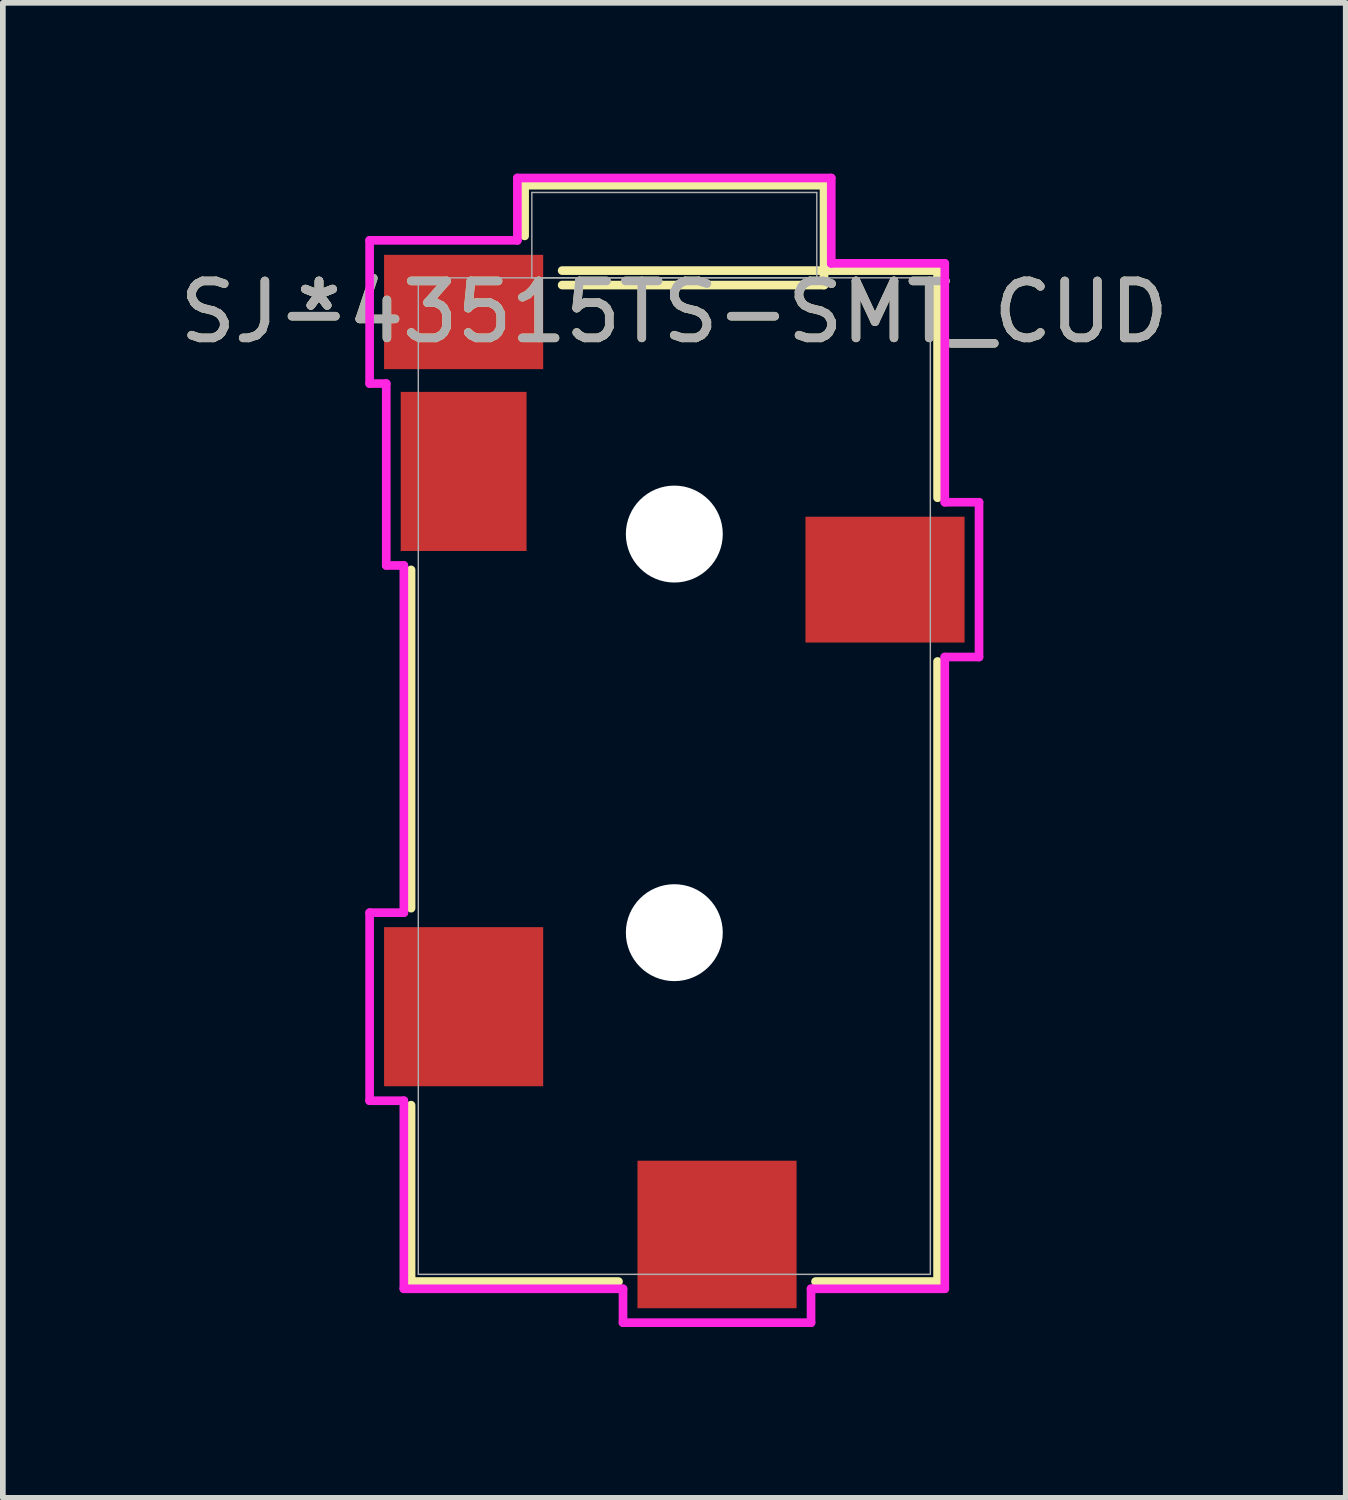
<source format=kicad_pcb>
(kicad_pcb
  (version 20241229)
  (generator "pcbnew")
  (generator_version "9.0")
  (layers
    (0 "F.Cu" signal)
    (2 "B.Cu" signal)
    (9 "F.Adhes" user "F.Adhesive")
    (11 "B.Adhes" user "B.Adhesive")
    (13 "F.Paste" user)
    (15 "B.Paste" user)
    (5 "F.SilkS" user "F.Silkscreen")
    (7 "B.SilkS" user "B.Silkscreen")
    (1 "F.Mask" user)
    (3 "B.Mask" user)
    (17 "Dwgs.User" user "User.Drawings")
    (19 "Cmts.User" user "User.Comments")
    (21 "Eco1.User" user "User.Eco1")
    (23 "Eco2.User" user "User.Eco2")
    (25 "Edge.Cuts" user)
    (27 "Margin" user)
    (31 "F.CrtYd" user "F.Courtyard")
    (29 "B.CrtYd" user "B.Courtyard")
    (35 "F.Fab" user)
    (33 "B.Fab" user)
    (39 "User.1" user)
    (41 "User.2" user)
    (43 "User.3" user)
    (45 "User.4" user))
  (footprint "SJ-43515TS-SMT_CUD"
    (layer "F.Cu")
    (at 8.792 10.579)
    (property "Reference" "SJ-43515TS-SMT_CUD" (at 0 -8.15 0) (unlocked yes) (layer "F.SilkS") (effects (font (size 1 1) (thickness 0.15))))
    (attr smd)
    (fp_line (start -4.623 -3.621) (end -4.623 2.32) (stroke (width 0.152) (type solid)) (layer "F.SilkS"))
    (fp_line (start -4.623 5.779) (end -4.623 8.877) (stroke (width 0.152) (type solid)) (layer "F.SilkS"))
    (fp_line (start -4.623 8.877) (end -0.98 8.877) (stroke (width 0.152) (type solid)) (layer "F.SilkS"))
    (fp_line (start -2.629 -10.376) (end -2.629 -9.486) (stroke (width 0.152) (type solid)) (layer "F.SilkS"))
    (fp_line (start -1.97 -8.623) (end 2.629 -8.623) (stroke (width 0.152) (type solid)) (layer "F.SilkS"))
    (fp_line (start 2.48 8.877) (end 4.623 8.877) (stroke (width 0.152) (type solid)) (layer "F.SilkS"))
    (fp_line (start 2.629 -10.376) (end -2.629 -10.376) (stroke (width 0.152) (type solid)) (layer "F.SilkS"))
    (fp_line (start 2.629 -8.623) (end 2.629 -10.376) (stroke (width 0.152) (type solid)) (layer "F.SilkS"))
    (fp_line (start 4.623 -8.877) (end -1.97 -8.877) (stroke (width 0.152) (type solid)) (layer "F.SilkS"))
    (fp_line (start 4.623 -4.888) (end 4.623 -8.877) (stroke (width 0.152) (type solid)) (layer "F.SilkS"))
    (fp_line (start 4.623 8.877) (end 4.623 -2.013) (stroke (width 0.152) (type solid)) (layer "F.SilkS"))
    (fp_line (start -5.351 -9.408) (end -5.351 -6.893) (stroke (width 0.152) (type solid)) (layer "F.CrtYd"))
    (fp_line (start -5.351 -6.893) (end -5.059 -6.893) (stroke (width 0.152) (type solid)) (layer "F.CrtYd"))
    (fp_line (start -5.351 2.399) (end -5.351 5.701) (stroke (width 0.152) (type solid)) (layer "F.CrtYd"))
    (fp_line (start -5.351 5.701) (end -4.75 5.701) (stroke (width 0.152) (type solid)) (layer "F.CrtYd"))
    (fp_line (start -5.059 -6.893) (end -5.059 -3.699) (stroke (width 0.152) (type solid)) (layer "F.CrtYd"))
    (fp_line (start -5.059 -3.699) (end -4.75 -3.699) (stroke (width 0.152) (type solid)) (layer "F.CrtYd"))
    (fp_line (start -4.75 -3.699) (end -4.75 2.399) (stroke (width 0.152) (type solid)) (layer "F.CrtYd"))
    (fp_line (start -4.75 2.399) (end -5.351 2.399) (stroke (width 0.152) (type solid)) (layer "F.CrtYd"))
    (fp_line (start -4.75 5.701) (end -4.75 9.004) (stroke (width 0.152) (type solid)) (layer "F.CrtYd"))
    (fp_line (start -4.75 9.004) (end -0.901 9.004) (stroke (width 0.152) (type solid)) (layer "F.CrtYd"))
    (fp_line (start -2.756 -10.503) (end -2.756 -9.408) (stroke (width 0.152) (type solid)) (layer "F.CrtYd"))
    (fp_line (start -2.756 -9.408) (end -5.351 -9.408) (stroke (width 0.152) (type solid)) (layer "F.CrtYd"))
    (fp_line (start -0.901 9.004) (end -0.901 9.599) (stroke (width 0.152) (type solid)) (layer "F.CrtYd"))
    (fp_line (start -0.901 9.599) (end 2.401 9.599) (stroke (width 0.152) (type solid)) (layer "F.CrtYd"))
    (fp_line (start 2.401 9.004) (end 4.75 9.004) (stroke (width 0.152) (type solid)) (layer "F.CrtYd"))
    (fp_line (start 2.401 9.599) (end 2.401 9.004) (stroke (width 0.152) (type solid)) (layer "F.CrtYd"))
    (fp_line (start 2.756 -10.503) (end -2.756 -10.503) (stroke (width 0.152) (type solid)) (layer "F.CrtYd"))
    (fp_line (start 2.756 -9.004) (end 2.756 -10.503) (stroke (width 0.152) (type solid)) (layer "F.CrtYd"))
    (fp_line (start 4.75 -9.004) (end 2.756 -9.004) (stroke (width 0.152) (type solid)) (layer "F.CrtYd"))
    (fp_line (start 4.75 -4.809) (end 4.75 -9.004) (stroke (width 0.152) (type solid)) (layer "F.CrtYd"))
    (fp_line (start 4.75 -2.091) (end 5.351 -2.091) (stroke (width 0.152) (type solid)) (layer "F.CrtYd"))
    (fp_line (start 4.75 9.004) (end 4.75 -2.091) (stroke (width 0.152) (type solid)) (layer "F.CrtYd"))
    (fp_line (start 5.351 -4.809) (end 4.75 -4.809) (stroke (width 0.152) (type solid)) (layer "F.CrtYd"))
    (fp_line (start 5.351 -2.091) (end 5.351 -4.809) (stroke (width 0.152) (type solid)) (layer "F.CrtYd"))
    (fp_line (start -4.496 -8.75) (end -4.496 8.75) (stroke (width 0.025) (type solid)) (layer "F.Fab"))
    (fp_line (start -4.496 8.75) (end 4.496 8.75) (stroke (width 0.025) (type solid)) (layer "F.Fab"))
    (fp_line (start -2.502 -10.249) (end -2.502 -8.75) (stroke (width 0.025) (type solid)) (layer "F.Fab"))
    (fp_line (start -2.502 -8.75) (end 2.502 -8.75) (stroke (width 0.025) (type solid)) (layer "F.Fab"))
    (fp_line (start 2.502 -10.249) (end -2.502 -10.249) (stroke (width 0.025) (type solid)) (layer "F.Fab"))
    (fp_line (start 2.502 -8.75) (end 2.502 -10.249) (stroke (width 0.025) (type solid)) (layer "F.Fab"))
    (fp_line (start 4.496 -8.75) (end -4.496 -8.75) (stroke (width 0.025) (type solid)) (layer "F.Fab"))
    (fp_line (start 4.496 8.75) (end 4.496 -8.75) (stroke (width 0.025) (type solid)) (layer "F.Fab"))
    (fp_text user "*" (at -6.24 -8.15 0) (unlocked yes) (layer "F.SilkS") (effects (font (size 1 1) (thickness 0.15))))
    (fp_text user "*" (at -6.24 -8.15 0) (layer "F.SilkS") (effects (font (size 1 1) (thickness 0.15))))
    (fp_text user "*" (at -6.24 -8.15 0) (layer "F.Fab") (effects (font (size 1 1) (thickness 0.15))))
    (fp_text user "*" (at -6.24 -8.15 0) (unlocked yes) (layer "F.Fab") (effects (font (size 1 1) (thickness 0.15))))
    (fp_text user "${REFERENCE}" (at 0 -8.15 0) (unlocked yes) (layer "F.Fab") (effects (font (size 1 1) (thickness 0.15))))
    (pad "" np_thru_hole circle (at 0 -4.25) (size 1.702 1.702) (drill 1.702) (layers "*.Cu" "*.Mask"))
    (pad "" np_thru_hole circle (at 0 2.75) (size 1.702 1.702) (drill 1.702) (layers "*.Cu" "*.Mask"))
    (pad "1" smd rect (at -3.7 -8.15) (size 2.794 2.007) (layers "F.Cu" "F.Mask" "F.Paste"))
    (pad "2" smd rect (at -3.7 4.05) (size 2.794 2.794) (layers "F.Cu" "F.Mask"))
    (pad "3" smd rect (at 3.7 -3.45) (size 2.794 2.21) (layers "F.Cu" "F.Mask" "F.Paste"))
    (pad "4" smd rect (at -3.7 -5.35) (size 2.21 2.794) (layers "F.Cu" "F.Mask" "F.Paste"))
    (pad "5" smd rect (at 0.75 8.05) (size 2.794 2.591) (layers "F.Cu" "F.Mask" "F.Paste")))
  (gr_rect
    (start -3 -3)
    (end 20.583 23.254)
    (stroke (width 0.1) (type default))
    (fill no)
    (layer "Edge.Cuts")))
</source>
